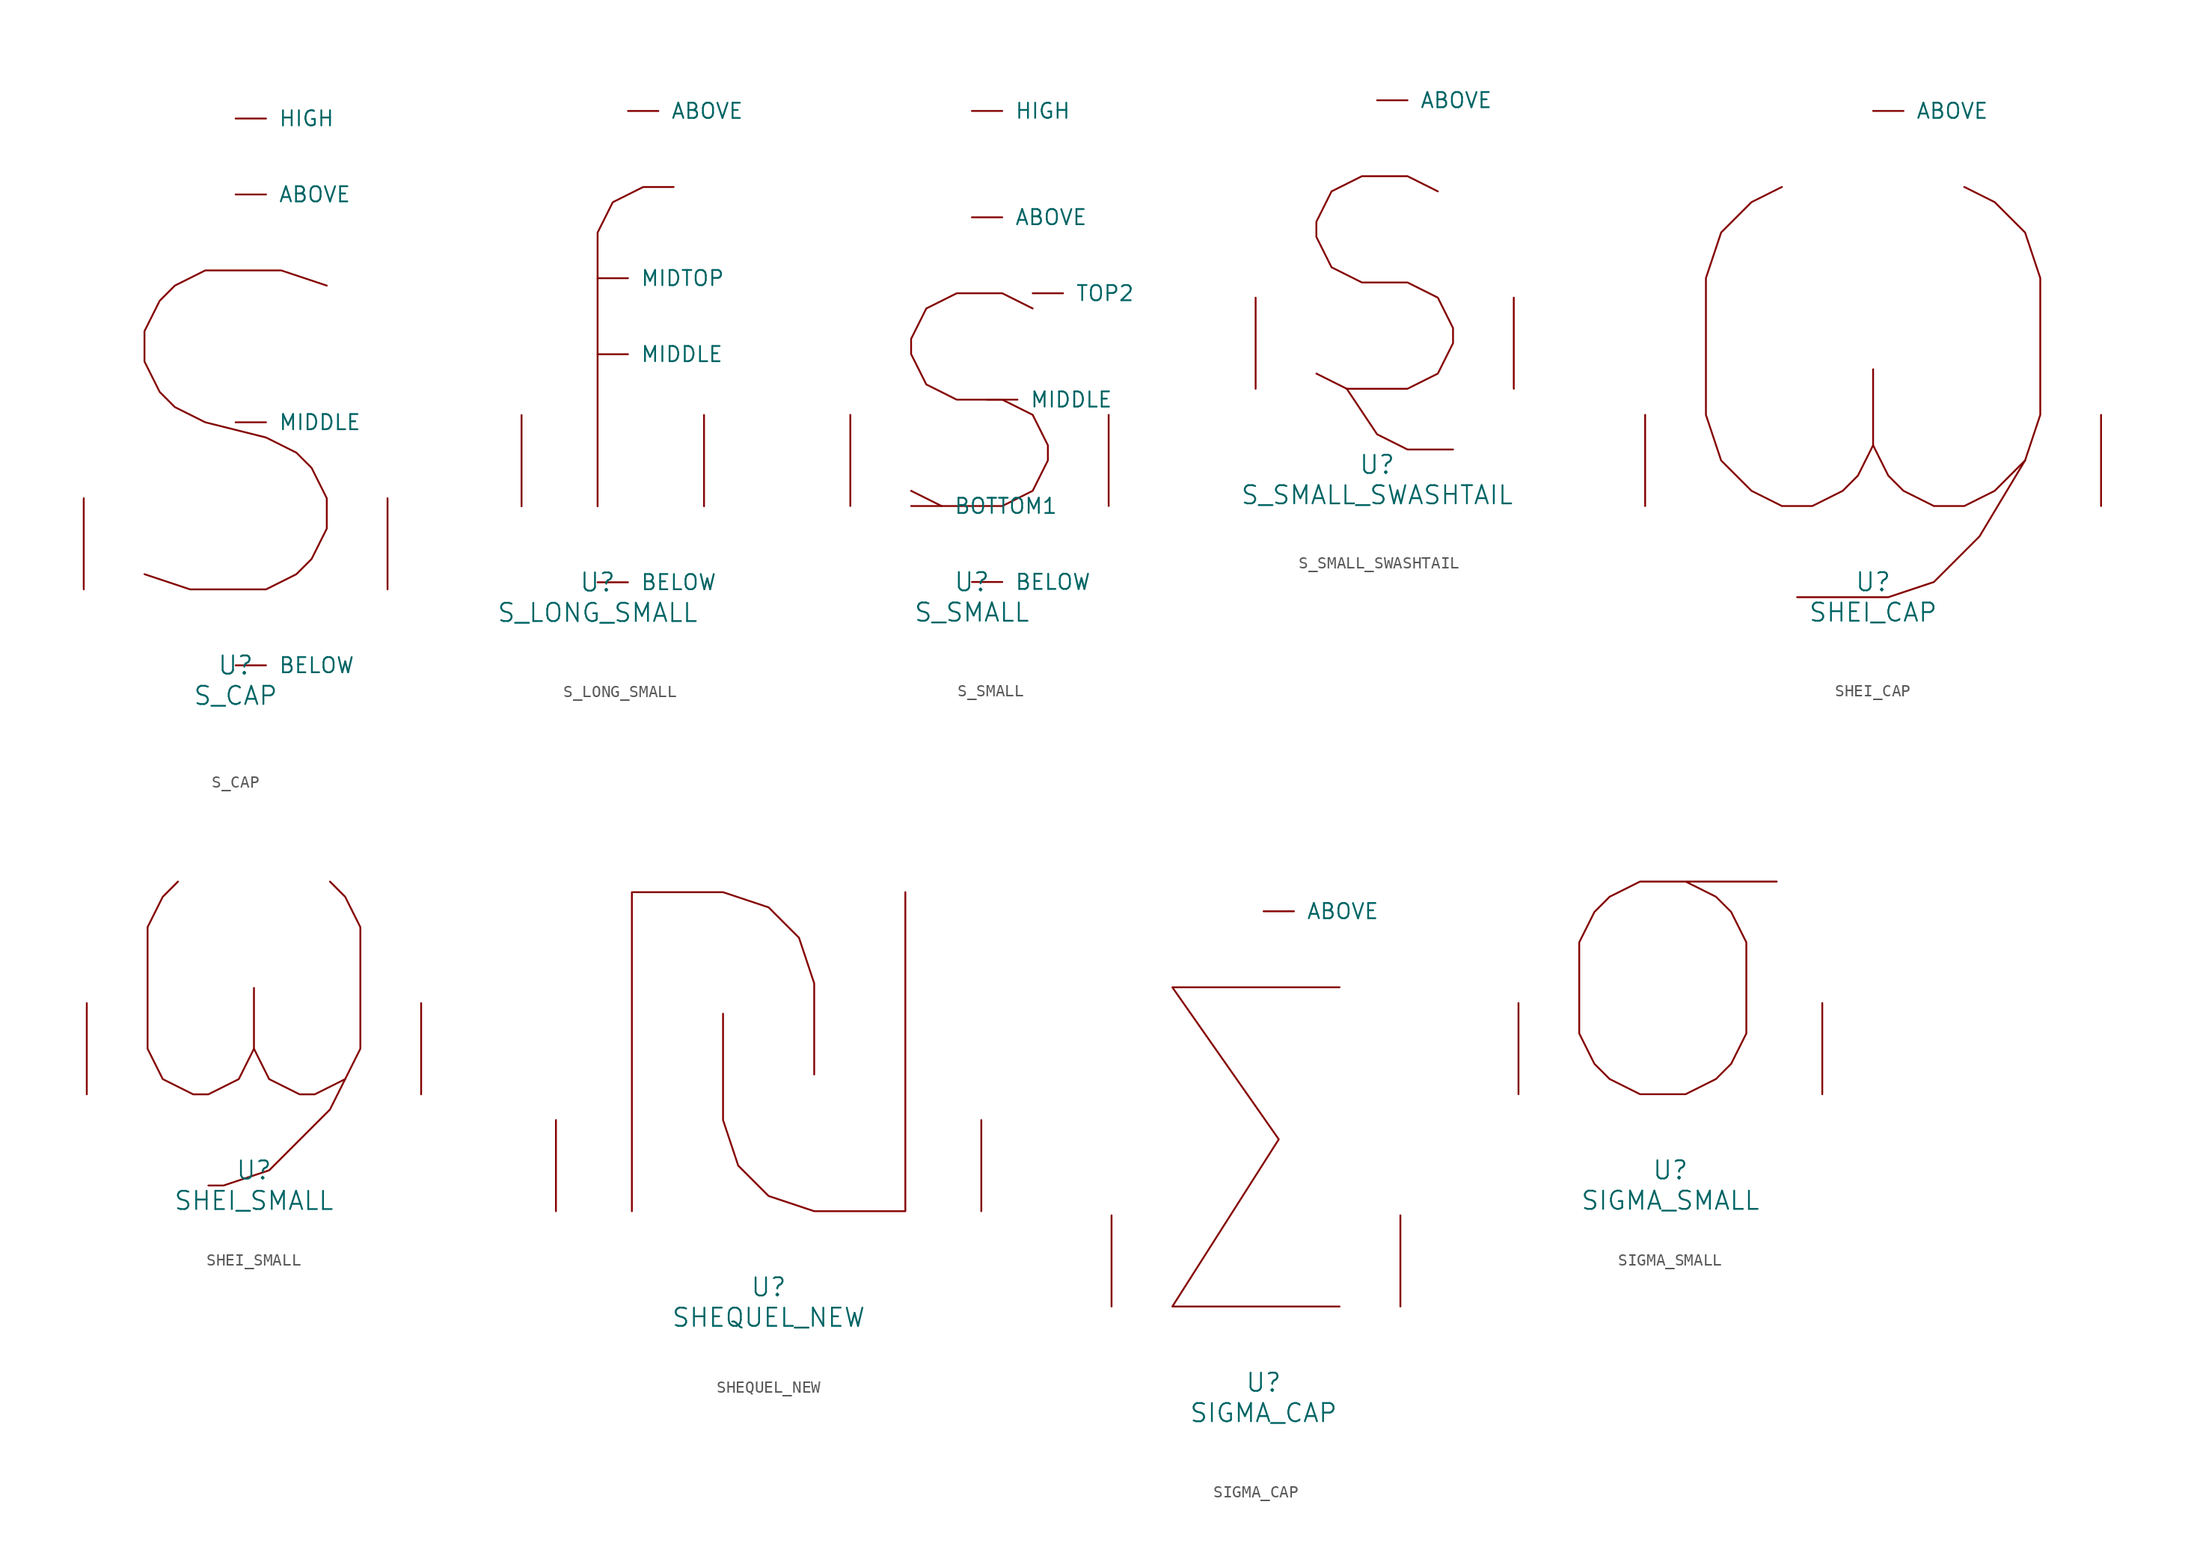
<source format=kicad_sym>
(kicad_symbol_lib
  (version 20220914)
  (generator font_lib2sym)
  (symbol "S_CAP"
    (pin_names
      (offset 1.016))
    (property "Reference" "U"
      (at 0 -6.35 0)
      (effects (font (size 1.524 1.524))))
    (property "Value" "S_CAP"
      (at 0 -8.89 0)
      (effects (font (size 1.524 1.524))))
    (symbol "S_CAP_0_1"
      (polyline (pts (xy -7.62 1.27) (xy -3.81 0) (xy 2.54 0) (xy 5.08 1.27) (xy 6.35 2.54) (xy 7.62 5.08) (xy 7.62 7.62) (xy 6.35 10.16) (xy 5.08 11.43) (xy 2.54 12.7) (xy -2.54 13.97) (xy -5.08 15.24) (xy -6.35 16.51) (xy -7.62 19.05) (xy -7.62 21.59) (xy -6.35 24.13) (xy -5.08 25.4) (xy -2.54 26.67) (xy 3.81 26.67) (xy 7.62 25.4)) (stroke (width 0) (type solid)) (fill (type none)))
      (pin input line (at 0 33.02 0) (length 2.54) (name "ABOVE" (effects (font (size 1.27 1.27)))) (number "~" (effects (font (size 1.27 1.27)))))
      (pin input line (at 0 -6.35 0) (length 2.54) (name "BELOW" (effects (font (size 1.27 1.27)))) (number "~" (effects (font (size 1.27 1.27)))))
      (pin input line (at 0 39.37 0) (length 2.54) (name "HIGH" (effects (font (size 1.27 1.27)))) (number "~" (effects (font (size 1.27 1.27)))))
      (pin input line (at 0 13.97 0) (length 2.54) (name "MIDDLE" (effects (font (size 1.27 1.27)))) (number "~" (effects (font (size 1.27 1.27)))))
      (pin input line (at -12.7 0 90) (length 7.62) (name "~" (effects (font (size 1.27 1.27)))) (number "~" (effects (font (size 1.27 1.27)))))
      (pin input line (at 12.7 0 90) (length 7.62) (name "~" (effects (font (size 1.27 1.27)))) (number "~" (effects (font (size 1.27 1.27)))))))
  (symbol "S_LONG_SMALL"
    (pin_names
      (offset 1.016))
    (property "Reference" "U"
      (at 0 -6.35 0)
      (effects (font (size 1.524 1.524))))
    (property "Value" "S_LONG_SMALL"
      (at 0 -8.89 0)
      (effects (font (size 1.524 1.524))))
    (symbol "S_LONG_SMALL_0_1"
      (polyline (pts (xy 0 0) (xy 0 22.86) (xy 1.27 25.4) (xy 3.81 26.67) (xy 6.35 26.67)) (stroke (width 0) (type solid)) (fill (type none)))
      (pin input line (at 2.54 33.02 0) (length 2.54) (name "ABOVE" (effects (font (size 1.27 1.27)))) (number "~" (effects (font (size 1.27 1.27)))))
      (pin input line (at 0 -6.35 0) (length 2.54) (name "BELOW" (effects (font (size 1.27 1.27)))) (number "~" (effects (font (size 1.27 1.27)))))
      (pin input line (at 0 12.7 0) (length 2.54) (name "MIDDLE" (effects (font (size 1.27 1.27)))) (number "~" (effects (font (size 1.27 1.27)))))
      (pin input line (at 0 19.05 0) (length 2.54) (name "MIDTOP" (effects (font (size 1.27 1.27)))) (number "~" (effects (font (size 1.27 1.27)))))
      (pin input line (at -6.35 0 90) (length 7.62) (name "~" (effects (font (size 1.27 1.27)))) (number "~" (effects (font (size 1.27 1.27)))))
      (pin input line (at 8.89 0 90) (length 7.62) (name "~" (effects (font (size 1.27 1.27)))) (number "~" (effects (font (size 1.27 1.27)))))))
  (symbol "S_SMALL"
    (pin_names
      (offset 1.016))
    (property "Reference" "U"
      (at 0 -6.35 0)
      (effects (font (size 1.524 1.524))))
    (property "Value" "S_SMALL"
      (at 0 -8.89 0)
      (effects (font (size 1.524 1.524))))
    (symbol "S_SMALL_0_1"
      (polyline (pts (xy -5.08 1.27) (xy -2.54 0) (xy 2.54 0) (xy 5.08 1.27) (xy 6.35 3.81) (xy 6.35 5.08) (xy 5.08 7.62) (xy 2.54 8.89) (xy -1.27 8.89) (xy -3.81 10.16) (xy -5.08 12.7) (xy -5.08 13.97) (xy -3.81 16.51) (xy -1.27 17.78) (xy 2.54 17.78) (xy 5.08 16.51)) (stroke (width 0) (type solid)) (fill (type none)))
      (pin input line (at 0 24.13 0) (length 2.54) (name "ABOVE" (effects (font (size 1.27 1.27)))) (number "~" (effects (font (size 1.27 1.27)))))
      (pin input line (at 0 -6.35 0) (length 2.54) (name "BELOW" (effects (font (size 1.27 1.27)))) (number "~" (effects (font (size 1.27 1.27)))))
      (pin input line (at -5.08 0 0) (length 2.54) (name "BOTTOM1" (effects (font (size 1.27 1.27)))) (number "~" (effects (font (size 1.27 1.27)))))
      (pin input line (at 0 33.02 0) (length 2.54) (name "HIGH" (effects (font (size 1.27 1.27)))) (number "~" (effects (font (size 1.27 1.27)))))
      (pin input line (at 1.27 8.89 0) (length 2.54) (name "MIDDLE" (effects (font (size 1.27 1.27)))) (number "~" (effects (font (size 1.27 1.27)))))
      (pin input line (at 5.08 17.78 0) (length 2.54) (name "TOP2" (effects (font (size 1.27 1.27)))) (number "~" (effects (font (size 1.27 1.27)))))
      (pin input line (at -10.16 0 90) (length 7.62) (name "~" (effects (font (size 1.27 1.27)))) (number "~" (effects (font (size 1.27 1.27)))))
      (pin input line (at 11.43 0 90) (length 7.62) (name "~" (effects (font (size 1.27 1.27)))) (number "~" (effects (font (size 1.27 1.27)))))))
  (symbol "S_SMALL_SWASHTAIL"
    (pin_names
      (offset 1.016))
    (property "Reference" "U"
      (at 0 -6.35 0)
      (effects (font (size 1.524 1.524))))
    (property "Value" "S_SMALL_SWASHTAIL"
      (at 0 -8.89 0)
      (effects (font (size 1.524 1.524))))
    (symbol "S_SMALL_SWASHTAIL_0_1"
      (polyline (pts (xy -2.54 0) (xy 0 -3.81) (xy 2.54 -5.08) (xy 6.35 -5.08)) (stroke (width 0) (type solid)) (fill (type none)))
      (polyline (pts (xy -5.08 1.27) (xy -2.54 0) (xy 2.54 0) (xy 5.08 1.27) (xy 6.35 3.81) (xy 6.35 5.08) (xy 5.08 7.62) (xy 2.54 8.89) (xy -1.27 8.89) (xy -3.81 10.16) (xy -5.08 12.7) (xy -5.08 13.97) (xy -3.81 16.51) (xy -1.27 17.78) (xy 2.54 17.78) (xy 5.08 16.51)) (stroke (width 0) (type solid)) (fill (type none)))
      (pin input line (at 0 24.13 0) (length 2.54) (name "ABOVE" (effects (font (size 1.27 1.27)))) (number "~" (effects (font (size 1.27 1.27)))))
      (pin input line (at -10.16 0 90) (length 7.62) (name "~" (effects (font (size 1.27 1.27)))) (number "~" (effects (font (size 1.27 1.27)))))
      (pin input line (at 11.43 0 90) (length 7.62) (name "~" (effects (font (size 1.27 1.27)))) (number "~" (effects (font (size 1.27 1.27)))))))
  (symbol "SHEI_CAP"
    (pin_names
      (offset 1.016))
    (property "Reference" "U"
      (at 0 -6.35 0)
      (effects (font (size 1.524 1.524))))
    (property "Value" "SHEI_CAP"
      (at 0 -8.89 0)
      (effects (font (size 1.524 1.524))))
    (symbol "SHEI_CAP_0_1"
      (polyline (pts (xy 0 5.08) (xy 0 11.43)) (stroke (width 0) (type solid)) (fill (type none)))
      (polyline (pts (xy 12.7 3.81) (xy 8.89 -2.54) (xy 5.08 -6.35) (xy 1.27 -7.62) (xy -6.35 -7.62)) (stroke (width 0) (type solid)) (fill (type none)))
      (polyline (pts (xy -7.62 26.67) (xy -10.16 25.4) (xy -12.7 22.86) (xy -13.97 19.05) (xy -13.97 7.62) (xy -12.7 3.81) (xy -10.16 1.27) (xy -7.62 0) (xy -5.08 0) (xy -2.54 1.27) (xy -1.27 2.54) (xy 0 5.08) (xy 1.27 2.54) (xy 2.54 1.27) (xy 5.08 0) (xy 7.62 0) (xy 10.16 1.27) (xy 12.7 3.81) (xy 13.97 7.62) (xy 13.97 19.05) (xy 12.7 22.86) (xy 10.16 25.4) (xy 7.62 26.67)) (stroke (width 0) (type solid)) (fill (type none)))
      (pin input line (at 0 33.02 0) (length 2.54) (name "ABOVE" (effects (font (size 1.27 1.27)))) (number "~" (effects (font (size 1.27 1.27)))))
      (pin input line (at -19.05 0 90) (length 7.62) (name "~" (effects (font (size 1.27 1.27)))) (number "~" (effects (font (size 1.27 1.27)))))
      (pin input line (at 19.05 0 90) (length 7.62) (name "~" (effects (font (size 1.27 1.27)))) (number "~" (effects (font (size 1.27 1.27)))))))
  (symbol "SHEI_SMALL"
    (pin_names
      (offset 1.016))
    (property "Reference" "U"
      (at 0 -6.35 0)
      (effects (font (size 1.524 1.524))))
    (property "Value" "SHEI_SMALL"
      (at 0 -8.89 0)
      (effects (font (size 1.524 1.524))))
    (symbol "SHEI_SMALL_0_1"
      (polyline (pts (xy 0 8.89) (xy 0 3.81)) (stroke (width 0) (type solid)) (fill (type none)))
      (polyline (pts (xy 7.62 1.27) (xy 6.35 -1.27) (xy 1.27 -6.35) (xy -2.54 -7.62) (xy -3.81 -7.62)) (stroke (width 0) (type solid)) (fill (type none)))
      (polyline (pts (xy -6.35 17.78) (xy -7.62 16.51) (xy -8.89 13.97) (xy -8.89 3.81) (xy -7.62 1.27) (xy -5.08 0) (xy -3.81 0) (xy -1.27 1.27) (xy 0 3.81) (xy 1.27 1.27) (xy 3.81 0) (xy 5.08 0) (xy 7.62 1.27) (xy 8.89 3.81) (xy 8.89 13.97) (xy 7.62 16.51) (xy 6.35 17.78)) (stroke (width 0) (type solid)) (fill (type none)))
      (pin input line (at -13.97 0 90) (length 7.62) (name "~" (effects (font (size 1.27 1.27)))) (number "~" (effects (font (size 1.27 1.27)))))
      (pin input line (at 13.97 0 90) (length 7.62) (name "~" (effects (font (size 1.27 1.27)))) (number "~" (effects (font (size 1.27 1.27)))))))
  (symbol "SHEQUEL_NEW"
    (pin_names
      (offset 1.016))
    (property "Reference" "U"
      (at 0 -6.35 0)
      (effects (font (size 1.524 1.524))))
    (property "Value" "SHEQUEL_NEW"
      (at 0 -8.89 0)
      (effects (font (size 1.524 1.524))))
    (symbol "SHEQUEL_NEW_0_1"
      (polyline (pts (xy -11.43 0) (xy -11.43 26.67) (xy -3.81 26.67) (xy 0 25.4) (xy 2.54 22.86) (xy 3.81 19.05) (xy 3.81 11.43)) (stroke (width 0) (type solid)) (fill (type none)))
      (polyline (pts (xy -3.81 16.51) (xy -3.81 7.62) (xy -2.54 3.81) (xy 0 1.27) (xy 3.81 0) (xy 11.43 0) (xy 11.43 26.67)) (stroke (width 0) (type solid)) (fill (type none)))
      (pin input line (at -17.78 0 90) (length 7.62) (name "~" (effects (font (size 1.27 1.27)))) (number "~" (effects (font (size 1.27 1.27)))))
      (pin input line (at 17.78 0 90) (length 7.62) (name "~" (effects (font (size 1.27 1.27)))) (number "~" (effects (font (size 1.27 1.27)))))))
  (symbol "SIGMA_CAP"
    (pin_names
      (offset 1.016))
    (property "Reference" "U"
      (at 0 -6.35 0)
      (effects (font (size 1.524 1.524))))
    (property "Value" "SIGMA_CAP"
      (at 0 -8.89 0)
      (effects (font (size 1.524 1.524))))
    (symbol "SIGMA_CAP_0_1"
      (polyline (pts (xy 6.35 0) (xy -7.62 0) (xy 1.27 13.97) (xy -7.62 26.67) (xy 6.35 26.67)) (stroke (width 0) (type solid)) (fill (type none)))
      (pin input line (at 0 33.02 0) (length 2.54) (name "ABOVE" (effects (font (size 1.27 1.27)))) (number "~" (effects (font (size 1.27 1.27)))))
      (pin input line (at -12.7 0 90) (length 7.62) (name "~" (effects (font (size 1.27 1.27)))) (number "~" (effects (font (size 1.27 1.27)))))
      (pin input line (at 11.43 0 90) (length 7.62) (name "~" (effects (font (size 1.27 1.27)))) (number "~" (effects (font (size 1.27 1.27)))))))
  (symbol "SIGMA_SMALL"
    (pin_names
      (offset 1.016))
    (property "Reference" "U"
      (at 0 -6.35 0)
      (effects (font (size 1.524 1.524))))
    (property "Value" "SIGMA_SMALL"
      (at 0 -8.89 0)
      (effects (font (size 1.524 1.524))))
    (symbol "SIGMA_SMALL_0_1"
      (polyline (pts (xy 8.89 17.78) (xy -2.54 17.78) (xy -5.08 16.51) (xy -6.35 15.24) (xy -7.62 12.7) (xy -7.62 5.08) (xy -6.35 2.54) (xy -5.08 1.27) (xy -2.54 0) (xy 1.27 0) (xy 3.81 1.27) (xy 5.08 2.54) (xy 6.35 5.08) (xy 6.35 12.7) (xy 5.08 15.24) (xy 3.81 16.51) (xy 1.27 17.78)) (stroke (width 0) (type solid)) (fill (type none)))
      (pin input line (at -12.7 0 90) (length 7.62) (name "~" (effects (font (size 1.27 1.27)))) (number "~" (effects (font (size 1.27 1.27)))))
      (pin input line (at 12.7 0 90) (length 7.62) (name "~" (effects (font (size 1.27 1.27)))) (number "~" (effects (font (size 1.27 1.27))))))))
</source>
